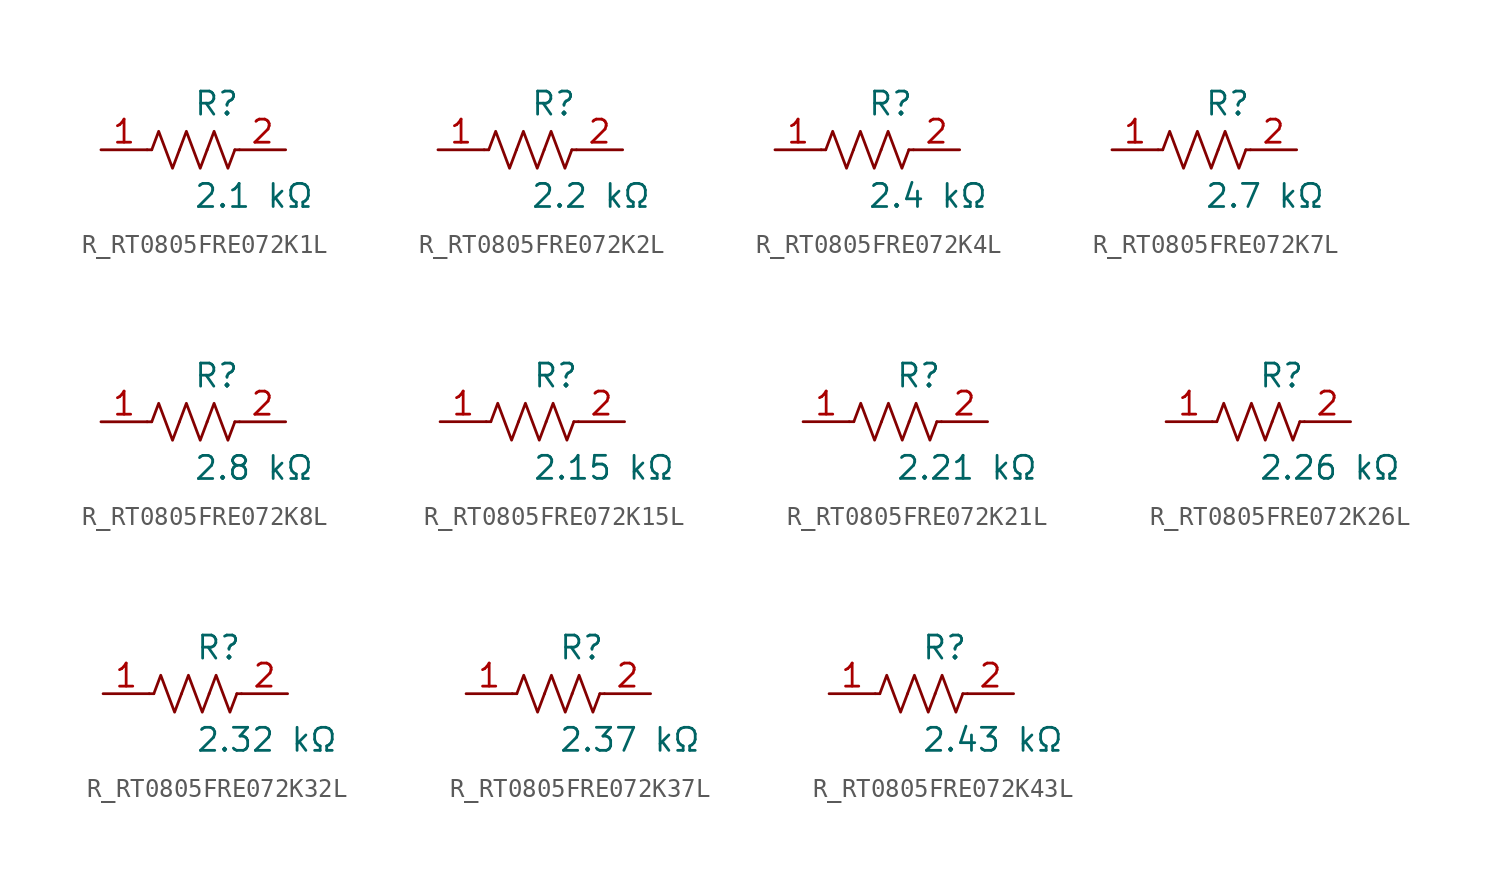
<source format=kicad_sym>
(kicad_symbol_lib
  (version 20231120)
  (generator kicad_symbol_editor)
  (generator_version 8.0)
  (symbol "R_RT0805FRE072K1L"
    (pin_names
      (offset 0.254))
    (property "Reference" "R"
      (at 0.0 2.54 0)
      (effects (font (size 1.27 1.27)) (justify left)))
    (property "Value" "2.1 kΩ"
      (at 0.0 -2.54 0)
      (effects (font (size 1.27 1.27)) (justify left)))
    (symbol "R_RT0805FRE072K1L_0_1"
      (polyline (pts (xy 2.286 0) (xy 2.54 0)) (stroke (width 0) (type default)) (fill (type none)))
      (polyline (pts (xy -2.286 0) (xy -2.54 0)) (stroke (width 0) (type default)) (fill (type none)))
      (polyline (pts (xy 0.762 0) (xy 1.143 1.016) (xy 1.524 0) (xy 1.905 -1.016) (xy 2.286 0)) (stroke (width 0) (type default)) (fill (type none)))
      (polyline (pts (xy -0.762 0) (xy -0.381 1.016) (xy 0 0) (xy 0.381 -1.016) (xy 0.762 0)) (stroke (width 0) (type default)) (fill (type none)))
      (polyline (pts (xy -2.286 0) (xy -1.905 1.016) (xy -1.524 0) (xy -1.143 -1.016) (xy -0.762 0)) (stroke (width 0) (type default)) (fill (type none))))
    (pin unspecified line
      (at -5.08 0 0)
      (length 2.54)
      (name "" (effects (font (size 1.27 1.27))))
      (number "1" (effects (font (size 1.27 1.27)))))
    (pin unspecified line
      (at 5.08 0 180)
      (length 2.54)
      (name "" (effects (font (size 1.27 1.27))))
      (number "2" (effects (font (size 1.27 1.27))))))
  (symbol "R_RT0805FRE072K2L"
    (pin_names
      (offset 0.254))
    (property "Reference" "R"
      (at 0.0 2.54 0)
      (effects (font (size 1.27 1.27)) (justify left)))
    (property "Value" "2.2 kΩ"
      (at 0.0 -2.54 0)
      (effects (font (size 1.27 1.27)) (justify left)))
    (symbol "R_RT0805FRE072K2L_0_1"
      (polyline (pts (xy 2.286 0) (xy 2.54 0)) (stroke (width 0) (type default)) (fill (type none)))
      (polyline (pts (xy -2.286 0) (xy -2.54 0)) (stroke (width 0) (type default)) (fill (type none)))
      (polyline (pts (xy 0.762 0) (xy 1.143 1.016) (xy 1.524 0) (xy 1.905 -1.016) (xy 2.286 0)) (stroke (width 0) (type default)) (fill (type none)))
      (polyline (pts (xy -0.762 0) (xy -0.381 1.016) (xy 0 0) (xy 0.381 -1.016) (xy 0.762 0)) (stroke (width 0) (type default)) (fill (type none)))
      (polyline (pts (xy -2.286 0) (xy -1.905 1.016) (xy -1.524 0) (xy -1.143 -1.016) (xy -0.762 0)) (stroke (width 0) (type default)) (fill (type none))))
    (pin unspecified line
      (at -5.08 0 0)
      (length 2.54)
      (name "" (effects (font (size 1.27 1.27))))
      (number "1" (effects (font (size 1.27 1.27)))))
    (pin unspecified line
      (at 5.08 0 180)
      (length 2.54)
      (name "" (effects (font (size 1.27 1.27))))
      (number "2" (effects (font (size 1.27 1.27))))))
  (symbol "R_RT0805FRE072K4L"
    (pin_names
      (offset 0.254))
    (property "Reference" "R"
      (at 0.0 2.54 0)
      (effects (font (size 1.27 1.27)) (justify left)))
    (property "Value" "2.4 kΩ"
      (at 0.0 -2.54 0)
      (effects (font (size 1.27 1.27)) (justify left)))
    (symbol "R_RT0805FRE072K4L_0_1"
      (polyline (pts (xy 2.286 0) (xy 2.54 0)) (stroke (width 0) (type default)) (fill (type none)))
      (polyline (pts (xy -2.286 0) (xy -2.54 0)) (stroke (width 0) (type default)) (fill (type none)))
      (polyline (pts (xy 0.762 0) (xy 1.143 1.016) (xy 1.524 0) (xy 1.905 -1.016) (xy 2.286 0)) (stroke (width 0) (type default)) (fill (type none)))
      (polyline (pts (xy -0.762 0) (xy -0.381 1.016) (xy 0 0) (xy 0.381 -1.016) (xy 0.762 0)) (stroke (width 0) (type default)) (fill (type none)))
      (polyline (pts (xy -2.286 0) (xy -1.905 1.016) (xy -1.524 0) (xy -1.143 -1.016) (xy -0.762 0)) (stroke (width 0) (type default)) (fill (type none))))
    (pin unspecified line
      (at -5.08 0 0)
      (length 2.54)
      (name "" (effects (font (size 1.27 1.27))))
      (number "1" (effects (font (size 1.27 1.27)))))
    (pin unspecified line
      (at 5.08 0 180)
      (length 2.54)
      (name "" (effects (font (size 1.27 1.27))))
      (number "2" (effects (font (size 1.27 1.27))))))
  (symbol "R_RT0805FRE072K7L"
    (pin_names
      (offset 0.254))
    (property "Reference" "R"
      (at 0.0 2.54 0)
      (effects (font (size 1.27 1.27)) (justify left)))
    (property "Value" "2.7 kΩ"
      (at 0.0 -2.54 0)
      (effects (font (size 1.27 1.27)) (justify left)))
    (symbol "R_RT0805FRE072K7L_0_1"
      (polyline (pts (xy 2.286 0) (xy 2.54 0)) (stroke (width 0) (type default)) (fill (type none)))
      (polyline (pts (xy -2.286 0) (xy -2.54 0)) (stroke (width 0) (type default)) (fill (type none)))
      (polyline (pts (xy 0.762 0) (xy 1.143 1.016) (xy 1.524 0) (xy 1.905 -1.016) (xy 2.286 0)) (stroke (width 0) (type default)) (fill (type none)))
      (polyline (pts (xy -0.762 0) (xy -0.381 1.016) (xy 0 0) (xy 0.381 -1.016) (xy 0.762 0)) (stroke (width 0) (type default)) (fill (type none)))
      (polyline (pts (xy -2.286 0) (xy -1.905 1.016) (xy -1.524 0) (xy -1.143 -1.016) (xy -0.762 0)) (stroke (width 0) (type default)) (fill (type none))))
    (pin unspecified line
      (at -5.08 0 0)
      (length 2.54)
      (name "" (effects (font (size 1.27 1.27))))
      (number "1" (effects (font (size 1.27 1.27)))))
    (pin unspecified line
      (at 5.08 0 180)
      (length 2.54)
      (name "" (effects (font (size 1.27 1.27))))
      (number "2" (effects (font (size 1.27 1.27))))))
  (symbol "R_RT0805FRE072K8L"
    (pin_names
      (offset 0.254))
    (property "Reference" "R"
      (at 0.0 2.54 0)
      (effects (font (size 1.27 1.27)) (justify left)))
    (property "Value" "2.8 kΩ"
      (at 0.0 -2.54 0)
      (effects (font (size 1.27 1.27)) (justify left)))
    (symbol "R_RT0805FRE072K8L_0_1"
      (polyline (pts (xy 2.286 0) (xy 2.54 0)) (stroke (width 0) (type default)) (fill (type none)))
      (polyline (pts (xy -2.286 0) (xy -2.54 0)) (stroke (width 0) (type default)) (fill (type none)))
      (polyline (pts (xy 0.762 0) (xy 1.143 1.016) (xy 1.524 0) (xy 1.905 -1.016) (xy 2.286 0)) (stroke (width 0) (type default)) (fill (type none)))
      (polyline (pts (xy -0.762 0) (xy -0.381 1.016) (xy 0 0) (xy 0.381 -1.016) (xy 0.762 0)) (stroke (width 0) (type default)) (fill (type none)))
      (polyline (pts (xy -2.286 0) (xy -1.905 1.016) (xy -1.524 0) (xy -1.143 -1.016) (xy -0.762 0)) (stroke (width 0) (type default)) (fill (type none))))
    (pin unspecified line
      (at -5.08 0 0)
      (length 2.54)
      (name "" (effects (font (size 1.27 1.27))))
      (number "1" (effects (font (size 1.27 1.27)))))
    (pin unspecified line
      (at 5.08 0 180)
      (length 2.54)
      (name "" (effects (font (size 1.27 1.27))))
      (number "2" (effects (font (size 1.27 1.27))))))
  (symbol "R_RT0805FRE072K15L"
    (pin_names
      (offset 0.254))
    (property "Reference" "R"
      (at 0.0 2.54 0)
      (effects (font (size 1.27 1.27)) (justify left)))
    (property "Value" "2.15 kΩ"
      (at 0.0 -2.54 0)
      (effects (font (size 1.27 1.27)) (justify left)))
    (symbol "R_RT0805FRE072K15L_0_1"
      (polyline (pts (xy 2.286 0) (xy 2.54 0)) (stroke (width 0) (type default)) (fill (type none)))
      (polyline (pts (xy -2.286 0) (xy -2.54 0)) (stroke (width 0) (type default)) (fill (type none)))
      (polyline (pts (xy 0.762 0) (xy 1.143 1.016) (xy 1.524 0) (xy 1.905 -1.016) (xy 2.286 0)) (stroke (width 0) (type default)) (fill (type none)))
      (polyline (pts (xy -0.762 0) (xy -0.381 1.016) (xy 0 0) (xy 0.381 -1.016) (xy 0.762 0)) (stroke (width 0) (type default)) (fill (type none)))
      (polyline (pts (xy -2.286 0) (xy -1.905 1.016) (xy -1.524 0) (xy -1.143 -1.016) (xy -0.762 0)) (stroke (width 0) (type default)) (fill (type none))))
    (pin unspecified line
      (at -5.08 0 0)
      (length 2.54)
      (name "" (effects (font (size 1.27 1.27))))
      (number "1" (effects (font (size 1.27 1.27)))))
    (pin unspecified line
      (at 5.08 0 180)
      (length 2.54)
      (name "" (effects (font (size 1.27 1.27))))
      (number "2" (effects (font (size 1.27 1.27))))))
  (symbol "R_RT0805FRE072K21L"
    (pin_names
      (offset 0.254))
    (property "Reference" "R"
      (at 0.0 2.54 0)
      (effects (font (size 1.27 1.27)) (justify left)))
    (property "Value" "2.21 kΩ"
      (at 0.0 -2.54 0)
      (effects (font (size 1.27 1.27)) (justify left)))
    (symbol "R_RT0805FRE072K21L_0_1"
      (polyline (pts (xy 2.286 0) (xy 2.54 0)) (stroke (width 0) (type default)) (fill (type none)))
      (polyline (pts (xy -2.286 0) (xy -2.54 0)) (stroke (width 0) (type default)) (fill (type none)))
      (polyline (pts (xy 0.762 0) (xy 1.143 1.016) (xy 1.524 0) (xy 1.905 -1.016) (xy 2.286 0)) (stroke (width 0) (type default)) (fill (type none)))
      (polyline (pts (xy -0.762 0) (xy -0.381 1.016) (xy 0 0) (xy 0.381 -1.016) (xy 0.762 0)) (stroke (width 0) (type default)) (fill (type none)))
      (polyline (pts (xy -2.286 0) (xy -1.905 1.016) (xy -1.524 0) (xy -1.143 -1.016) (xy -0.762 0)) (stroke (width 0) (type default)) (fill (type none))))
    (pin unspecified line
      (at -5.08 0 0)
      (length 2.54)
      (name "" (effects (font (size 1.27 1.27))))
      (number "1" (effects (font (size 1.27 1.27)))))
    (pin unspecified line
      (at 5.08 0 180)
      (length 2.54)
      (name "" (effects (font (size 1.27 1.27))))
      (number "2" (effects (font (size 1.27 1.27))))))
  (symbol "R_RT0805FRE072K26L"
    (pin_names
      (offset 0.254))
    (property "Reference" "R"
      (at 0.0 2.54 0)
      (effects (font (size 1.27 1.27)) (justify left)))
    (property "Value" "2.26 kΩ"
      (at 0.0 -2.54 0)
      (effects (font (size 1.27 1.27)) (justify left)))
    (symbol "R_RT0805FRE072K26L_0_1"
      (polyline (pts (xy 2.286 0) (xy 2.54 0)) (stroke (width 0) (type default)) (fill (type none)))
      (polyline (pts (xy -2.286 0) (xy -2.54 0)) (stroke (width 0) (type default)) (fill (type none)))
      (polyline (pts (xy 0.762 0) (xy 1.143 1.016) (xy 1.524 0) (xy 1.905 -1.016) (xy 2.286 0)) (stroke (width 0) (type default)) (fill (type none)))
      (polyline (pts (xy -0.762 0) (xy -0.381 1.016) (xy 0 0) (xy 0.381 -1.016) (xy 0.762 0)) (stroke (width 0) (type default)) (fill (type none)))
      (polyline (pts (xy -2.286 0) (xy -1.905 1.016) (xy -1.524 0) (xy -1.143 -1.016) (xy -0.762 0)) (stroke (width 0) (type default)) (fill (type none))))
    (pin unspecified line
      (at -5.08 0 0)
      (length 2.54)
      (name "" (effects (font (size 1.27 1.27))))
      (number "1" (effects (font (size 1.27 1.27)))))
    (pin unspecified line
      (at 5.08 0 180)
      (length 2.54)
      (name "" (effects (font (size 1.27 1.27))))
      (number "2" (effects (font (size 1.27 1.27))))))
  (symbol "R_RT0805FRE072K32L"
    (pin_names
      (offset 0.254))
    (property "Reference" "R"
      (at 0.0 2.54 0)
      (effects (font (size 1.27 1.27)) (justify left)))
    (property "Value" "2.32 kΩ"
      (at 0.0 -2.54 0)
      (effects (font (size 1.27 1.27)) (justify left)))
    (symbol "R_RT0805FRE072K32L_0_1"
      (polyline (pts (xy 2.286 0) (xy 2.54 0)) (stroke (width 0) (type default)) (fill (type none)))
      (polyline (pts (xy -2.286 0) (xy -2.54 0)) (stroke (width 0) (type default)) (fill (type none)))
      (polyline (pts (xy 0.762 0) (xy 1.143 1.016) (xy 1.524 0) (xy 1.905 -1.016) (xy 2.286 0)) (stroke (width 0) (type default)) (fill (type none)))
      (polyline (pts (xy -0.762 0) (xy -0.381 1.016) (xy 0 0) (xy 0.381 -1.016) (xy 0.762 0)) (stroke (width 0) (type default)) (fill (type none)))
      (polyline (pts (xy -2.286 0) (xy -1.905 1.016) (xy -1.524 0) (xy -1.143 -1.016) (xy -0.762 0)) (stroke (width 0) (type default)) (fill (type none))))
    (pin unspecified line
      (at -5.08 0 0)
      (length 2.54)
      (name "" (effects (font (size 1.27 1.27))))
      (number "1" (effects (font (size 1.27 1.27)))))
    (pin unspecified line
      (at 5.08 0 180)
      (length 2.54)
      (name "" (effects (font (size 1.27 1.27))))
      (number "2" (effects (font (size 1.27 1.27))))))
  (symbol "R_RT0805FRE072K37L"
    (pin_names
      (offset 0.254))
    (property "Reference" "R"
      (at 0.0 2.54 0)
      (effects (font (size 1.27 1.27)) (justify left)))
    (property "Value" "2.37 kΩ"
      (at 0.0 -2.54 0)
      (effects (font (size 1.27 1.27)) (justify left)))
    (symbol "R_RT0805FRE072K37L_0_1"
      (polyline (pts (xy 2.286 0) (xy 2.54 0)) (stroke (width 0) (type default)) (fill (type none)))
      (polyline (pts (xy -2.286 0) (xy -2.54 0)) (stroke (width 0) (type default)) (fill (type none)))
      (polyline (pts (xy 0.762 0) (xy 1.143 1.016) (xy 1.524 0) (xy 1.905 -1.016) (xy 2.286 0)) (stroke (width 0) (type default)) (fill (type none)))
      (polyline (pts (xy -0.762 0) (xy -0.381 1.016) (xy 0 0) (xy 0.381 -1.016) (xy 0.762 0)) (stroke (width 0) (type default)) (fill (type none)))
      (polyline (pts (xy -2.286 0) (xy -1.905 1.016) (xy -1.524 0) (xy -1.143 -1.016) (xy -0.762 0)) (stroke (width 0) (type default)) (fill (type none))))
    (pin unspecified line
      (at -5.08 0 0)
      (length 2.54)
      (name "" (effects (font (size 1.27 1.27))))
      (number "1" (effects (font (size 1.27 1.27)))))
    (pin unspecified line
      (at 5.08 0 180)
      (length 2.54)
      (name "" (effects (font (size 1.27 1.27))))
      (number "2" (effects (font (size 1.27 1.27))))))
  (symbol "R_RT0805FRE072K43L"
    (pin_names
      (offset 0.254))
    (property "Reference" "R"
      (at 0.0 2.54 0)
      (effects (font (size 1.27 1.27)) (justify left)))
    (property "Value" "2.43 kΩ"
      (at 0.0 -2.54 0)
      (effects (font (size 1.27 1.27)) (justify left)))
    (symbol "R_RT0805FRE072K43L_0_1"
      (polyline (pts (xy 2.286 0) (xy 2.54 0)) (stroke (width 0) (type default)) (fill (type none)))
      (polyline (pts (xy -2.286 0) (xy -2.54 0)) (stroke (width 0) (type default)) (fill (type none)))
      (polyline (pts (xy 0.762 0) (xy 1.143 1.016) (xy 1.524 0) (xy 1.905 -1.016) (xy 2.286 0)) (stroke (width 0) (type default)) (fill (type none)))
      (polyline (pts (xy -0.762 0) (xy -0.381 1.016) (xy 0 0) (xy 0.381 -1.016) (xy 0.762 0)) (stroke (width 0) (type default)) (fill (type none)))
      (polyline (pts (xy -2.286 0) (xy -1.905 1.016) (xy -1.524 0) (xy -1.143 -1.016) (xy -0.762 0)) (stroke (width 0) (type default)) (fill (type none))))
    (pin unspecified line
      (at -5.08 0 0)
      (length 2.54)
      (name "" (effects (font (size 1.27 1.27))))
      (number "1" (effects (font (size 1.27 1.27)))))
    (pin unspecified line
      (at 5.08 0 180)
      (length 2.54)
      (name "" (effects (font (size 1.27 1.27))))
      (number "2" (effects (font (size 1.27 1.27)))))))
</source>
